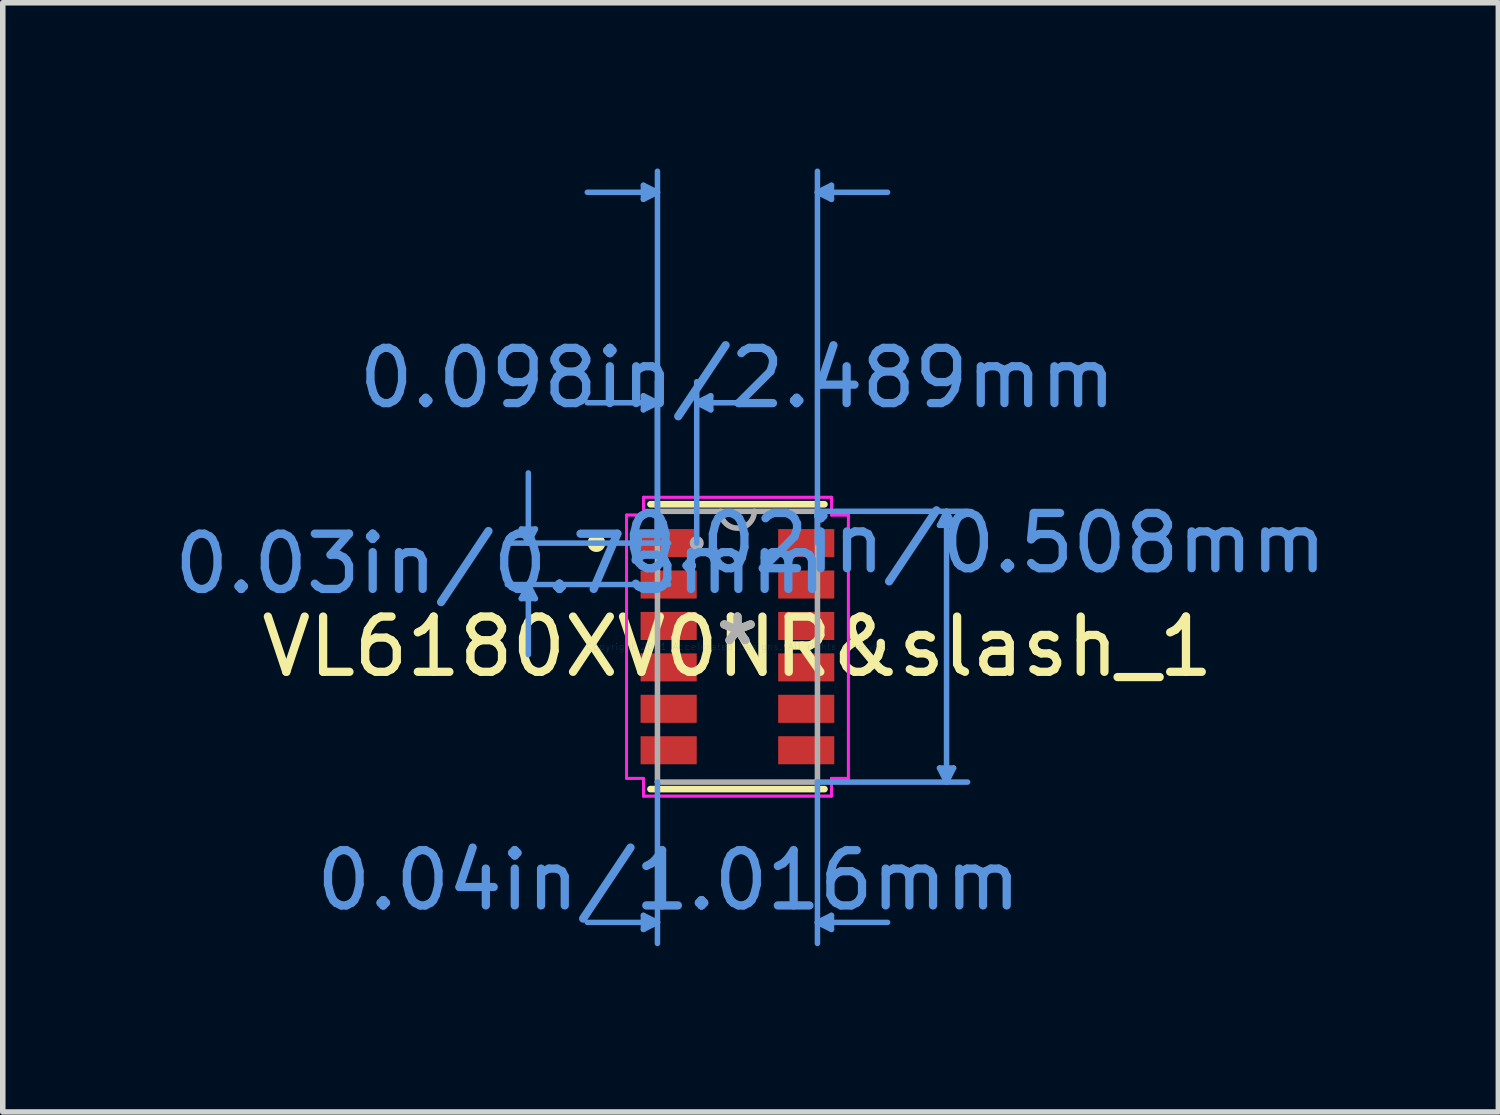
<source format=kicad_pcb>
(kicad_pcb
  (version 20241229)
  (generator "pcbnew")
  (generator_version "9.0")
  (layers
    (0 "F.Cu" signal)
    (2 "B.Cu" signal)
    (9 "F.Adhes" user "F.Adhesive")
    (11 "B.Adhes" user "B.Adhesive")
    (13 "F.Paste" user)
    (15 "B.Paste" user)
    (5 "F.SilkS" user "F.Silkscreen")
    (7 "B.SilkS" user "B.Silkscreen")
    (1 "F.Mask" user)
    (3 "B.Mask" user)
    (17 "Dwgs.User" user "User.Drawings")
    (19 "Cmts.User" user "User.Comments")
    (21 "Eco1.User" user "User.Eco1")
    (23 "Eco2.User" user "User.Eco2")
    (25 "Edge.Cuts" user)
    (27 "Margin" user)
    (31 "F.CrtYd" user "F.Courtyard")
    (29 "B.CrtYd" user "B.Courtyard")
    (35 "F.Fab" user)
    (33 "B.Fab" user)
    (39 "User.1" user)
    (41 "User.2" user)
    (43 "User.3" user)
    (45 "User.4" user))
  (footprint "VL6180XV0NR&slash_1"
    (layer "F.Cu")
    (at 10.299 8.656)
    (property "Reference" "VL6180XV0NR&slash_1" (at 0 0 0) (layer "F.SilkS") (effects (font (size 1 1) (thickness 0.15))))
    (attr through_hole)
    (fp_line (start -1.575 2.578) (end 1.575 2.578) (stroke (width 0.12) (type solid)) (layer "F.SilkS"))
    (fp_line (start 1.575 -2.578) (end -1.575 -2.578) (stroke (width 0.12) (type solid)) (layer "F.SilkS"))
    (fp_circle (center -2.553 -1.875) (end -2.452 -1.875) (stroke (width 0.12) (type solid)) (fill no) (layer "F.SilkS"))
    (fp_line (start -3.912 -2.129) (end -3.658 -2.129) (stroke (width 0.1) (type solid)) (layer "Cmts.User"))
    (fp_line (start -3.912 -0.871) (end -3.658 -0.871) (stroke (width 0.1) (type solid)) (layer "Cmts.User"))
    (fp_line (start -3.785 -1.875) (end -3.912 -2.129) (stroke (width 0.1) (type solid)) (layer "Cmts.User"))
    (fp_line (start -3.785 -1.875) (end -3.785 -3.145) (stroke (width 0.1) (type solid)) (layer "Cmts.User"))
    (fp_line (start -3.785 -1.875) (end -3.658 -2.129) (stroke (width 0.1) (type solid)) (layer "Cmts.User"))
    (fp_line (start -3.785 -1.125) (end -3.912 -0.871) (stroke (width 0.1) (type solid)) (layer "Cmts.User"))
    (fp_line (start -3.785 -1.125) (end -3.785 0.145) (stroke (width 0.1) (type solid)) (layer "Cmts.User"))
    (fp_line (start -3.785 -1.125) (end -3.658 -0.871) (stroke (width 0.1) (type solid)) (layer "Cmts.User"))
    (fp_line (start -1.702 -8.352) (end -1.702 -8.098) (stroke (width 0.1) (type solid)) (layer "Cmts.User"))
    (fp_line (start -1.702 -4.542) (end -1.702 -4.288) (stroke (width 0.1) (type solid)) (layer "Cmts.User"))
    (fp_line (start -1.702 4.864) (end -1.702 5.118) (stroke (width 0.1) (type solid)) (layer "Cmts.User"))
    (fp_line (start -1.448 -8.225) (end -2.718 -8.225) (stroke (width 0.1) (type solid)) (layer "Cmts.User"))
    (fp_line (start -1.448 -8.225) (end -1.702 -8.352) (stroke (width 0.1) (type solid)) (layer "Cmts.User"))
    (fp_line (start -1.448 -8.225) (end -1.702 -8.098) (stroke (width 0.1) (type solid)) (layer "Cmts.User"))
    (fp_line (start -1.448 -4.415) (end -2.718 -4.415) (stroke (width 0.1) (type solid)) (layer "Cmts.User"))
    (fp_line (start -1.448 -4.415) (end -1.702 -4.542) (stroke (width 0.1) (type solid)) (layer "Cmts.User"))
    (fp_line (start -1.448 -4.415) (end -1.702 -4.288) (stroke (width 0.1) (type solid)) (layer "Cmts.User"))
    (fp_line (start -1.448 -1.875) (end -1.448 -8.606) (stroke (width 0.1) (type solid)) (layer "Cmts.User"))
    (fp_line (start -1.448 -1.875) (end -1.448 -4.796) (stroke (width 0.1) (type solid)) (layer "Cmts.User"))
    (fp_line (start -1.448 2.451) (end -1.448 5.372) (stroke (width 0.1) (type solid)) (layer "Cmts.User"))
    (fp_line (start -1.448 4.991) (end -2.718 4.991) (stroke (width 0.1) (type solid)) (layer "Cmts.User"))
    (fp_line (start -1.448 4.991) (end -1.702 4.864) (stroke (width 0.1) (type solid)) (layer "Cmts.User"))
    (fp_line (start -1.448 4.991) (end -1.702 5.118) (stroke (width 0.1) (type solid)) (layer "Cmts.User"))
    (fp_line (start -1.245 -1.875) (end -4.166 -1.875) (stroke (width 0.1) (type solid)) (layer "Cmts.User"))
    (fp_line (start -1.245 -1.125) (end -4.166 -1.125) (stroke (width 0.1) (type solid)) (layer "Cmts.User"))
    (fp_line (start -0.737 -4.415) (end -0.483 -4.542) (stroke (width 0.1) (type solid)) (layer "Cmts.User"))
    (fp_line (start -0.737 -4.415) (end -0.483 -4.288) (stroke (width 0.1) (type solid)) (layer "Cmts.User"))
    (fp_line (start -0.737 -4.415) (end 0.533 -4.415) (stroke (width 0.1) (type solid)) (layer "Cmts.User"))
    (fp_line (start -0.737 -1.875) (end -0.737 -4.796) (stroke (width 0.1) (type solid)) (layer "Cmts.User"))
    (fp_line (start -0.483 -4.542) (end -0.483 -4.288) (stroke (width 0.1) (type solid)) (layer "Cmts.User"))
    (fp_line (start 1.448 -8.225) (end 1.702 -8.352) (stroke (width 0.1) (type solid)) (layer "Cmts.User"))
    (fp_line (start 1.448 -8.225) (end 1.702 -8.098) (stroke (width 0.1) (type solid)) (layer "Cmts.User"))
    (fp_line (start 1.448 -8.225) (end 2.718 -8.225) (stroke (width 0.1) (type solid)) (layer "Cmts.User"))
    (fp_line (start 1.448 -2.451) (end 4.166 -2.451) (stroke (width 0.1) (type solid)) (layer "Cmts.User"))
    (fp_line (start 1.448 -1.875) (end 1.448 -8.606) (stroke (width 0.1) (type solid)) (layer "Cmts.User"))
    (fp_line (start 1.448 2.451) (end 1.448 5.372) (stroke (width 0.1) (type solid)) (layer "Cmts.User"))
    (fp_line (start 1.448 2.451) (end 4.166 2.451) (stroke (width 0.1) (type solid)) (layer "Cmts.User"))
    (fp_line (start 1.448 4.991) (end 1.702 4.864) (stroke (width 0.1) (type solid)) (layer "Cmts.User"))
    (fp_line (start 1.448 4.991) (end 1.702 5.118) (stroke (width 0.1) (type solid)) (layer "Cmts.User"))
    (fp_line (start 1.448 4.991) (end 2.718 4.991) (stroke (width 0.1) (type solid)) (layer "Cmts.User"))
    (fp_line (start 1.702 -8.352) (end 1.702 -8.098) (stroke (width 0.1) (type solid)) (layer "Cmts.User"))
    (fp_line (start 1.702 4.864) (end 1.702 5.118) (stroke (width 0.1) (type solid)) (layer "Cmts.User"))
    (fp_line (start 3.658 -2.197) (end 3.912 -2.197) (stroke (width 0.1) (type solid)) (layer "Cmts.User"))
    (fp_line (start 3.658 2.197) (end 3.912 2.197) (stroke (width 0.1) (type solid)) (layer "Cmts.User"))
    (fp_line (start 3.785 -2.451) (end 3.658 -2.197) (stroke (width 0.1) (type solid)) (layer "Cmts.User"))
    (fp_line (start 3.785 -2.451) (end 3.785 2.451) (stroke (width 0.1) (type solid)) (layer "Cmts.User"))
    (fp_line (start 3.785 -2.451) (end 3.912 -2.197) (stroke (width 0.1) (type solid)) (layer "Cmts.User"))
    (fp_line (start 3.785 2.451) (end 3.658 2.197) (stroke (width 0.1) (type solid)) (layer "Cmts.User"))
    (fp_line (start 3.785 2.451) (end 3.912 2.197) (stroke (width 0.1) (type solid)) (layer "Cmts.User"))
    (fp_line (start -2.007 -2.383) (end -1.702 -2.383) (stroke (width 0.05) (type solid)) (layer "F.CrtYd"))
    (fp_line (start -2.007 -2.383) (end -1.702 -2.383) (stroke (width 0.05) (type solid)) (layer "F.CrtYd"))
    (fp_line (start -2.007 2.383) (end -2.007 -2.383) (stroke (width 0.05) (type solid)) (layer "F.CrtYd"))
    (fp_line (start -2.007 2.383) (end -2.007 -2.383) (stroke (width 0.05) (type solid)) (layer "F.CrtYd"))
    (fp_line (start -2.007 2.383) (end -1.702 2.383) (stroke (width 0.05) (type solid)) (layer "F.CrtYd"))
    (fp_line (start -1.702 -2.705) (end 1.702 -2.705) (stroke (width 0.05) (type solid)) (layer "F.CrtYd"))
    (fp_line (start -1.702 -2.705) (end 1.702 -2.705) (stroke (width 0.05) (type solid)) (layer "F.CrtYd"))
    (fp_line (start -1.702 -2.383) (end -1.702 -2.705) (stroke (width 0.05) (type solid)) (layer "F.CrtYd"))
    (fp_line (start -1.702 -2.383) (end -1.702 -2.705) (stroke (width 0.05) (type solid)) (layer "F.CrtYd"))
    (fp_line (start -1.702 2.383) (end -2.007 2.383) (stroke (width 0.05) (type solid)) (layer "F.CrtYd"))
    (fp_line (start -1.702 2.705) (end -1.702 2.383) (stroke (width 0.05) (type solid)) (layer "F.CrtYd"))
    (fp_line (start -1.702 2.705) (end -1.702 2.383) (stroke (width 0.05) (type solid)) (layer "F.CrtYd"))
    (fp_line (start 1.702 -2.705) (end 1.702 -2.383) (stroke (width 0.05) (type solid)) (layer "F.CrtYd"))
    (fp_line (start 1.702 -2.705) (end 1.702 -2.383) (stroke (width 0.05) (type solid)) (layer "F.CrtYd"))
    (fp_line (start 1.702 -2.383) (end 2.007 -2.383) (stroke (width 0.05) (type solid)) (layer "F.CrtYd"))
    (fp_line (start 1.702 2.383) (end 1.702 2.705) (stroke (width 0.05) (type solid)) (layer "F.CrtYd"))
    (fp_line (start 1.702 2.383) (end 1.702 2.705) (stroke (width 0.05) (type solid)) (layer "F.CrtYd"))
    (fp_line (start 1.702 2.705) (end -1.702 2.705) (stroke (width 0.05) (type solid)) (layer "F.CrtYd"))
    (fp_line (start 1.702 2.705) (end -1.702 2.705) (stroke (width 0.05) (type solid)) (layer "F.CrtYd"))
    (fp_line (start 2.007 -2.383) (end 1.702 -2.383) (stroke (width 0.05) (type solid)) (layer "F.CrtYd"))
    (fp_line (start 2.007 -2.383) (end 2.007 2.383) (stroke (width 0.05) (type solid)) (layer "F.CrtYd"))
    (fp_line (start 2.007 -2.383) (end 2.007 2.383) (stroke (width 0.05) (type solid)) (layer "F.CrtYd"))
    (fp_line (start 2.007 2.383) (end 1.702 2.383) (stroke (width 0.05) (type solid)) (layer "F.CrtYd"))
    (fp_line (start 2.007 2.383) (end 1.702 2.383) (stroke (width 0.05) (type solid)) (layer "F.CrtYd"))
    (fp_line (start -1.448 -2.451) (end -1.448 2.451) (stroke (width 0.1) (type solid)) (layer "F.Fab"))
    (fp_line (start -1.448 2.451) (end 1.448 2.451) (stroke (width 0.1) (type solid)) (layer "F.Fab"))
    (fp_line (start 1.448 -2.451) (end -1.448 -2.451) (stroke (width 0.1) (type solid)) (layer "F.Fab"))
    (fp_line (start 1.448 2.451) (end 1.448 -2.451) (stroke (width 0.1) (type solid)) (layer "F.Fab"))
    (fp_arc (start 0.3048 -2.4511) (mid 0 -2.1463) (end -0.3048 -2.4511) (stroke (width 0.1) (type solid)) (layer "F.Fab"))
    (fp_circle (center -0.737 -1.875) (end -0.66 -1.875) (stroke (width 0.1) (type solid)) (fill no) (layer "F.Fab"))
    (fp_text user "*" (at 0 0 0) (layer "F.SilkS") (effects (font (size 1 1) (thickness 0.15))))
    (fp_text user "0.04in/1.016mm" (at -1.245 4.229 0) (layer "Cmts.User") (effects (font (size 1 1) (thickness 0.15))))
    (fp_text user "0.098in/2.489mm" (at 0 -4.864 0) (layer "Cmts.User") (effects (font (size 1 1) (thickness 0.15))))
    (fp_text user "0.03in/0.75mm" (at -4.293 -1.5 0) (layer "Cmts.User") (effects (font (size 1 1) (thickness 0.15))))
    (fp_text user "0.02in/0.508mm" (at 4.293 -1.875 0) (layer "Cmts.User") (effects (font (size 1 1) (thickness 0.15))))
    (fp_text user "Copyright 2021 Accelerated Designs. All rights reserved." (at 0 0 0) (layer "Cmts.User") (effects (font (size 0.127 0.127) (thickness 0.002))))
    (fp_text user "*" (at 0 0 0) (layer "F.Fab") (effects (font (size 1 1) (thickness 0.15))))
    (pad "1" smd rect (at -1.245 -1.875) (size 1.016 0.508) (layers "F.Cu" "F.Mask" "F.Paste"))
    (pad "2" smd rect (at -1.245 -1.125) (size 1.016 0.508) (layers "F.Cu" "F.Mask" "F.Paste"))
    (pad "3" smd rect (at -1.245 -0.375) (size 1.016 0.508) (layers "F.Cu" "F.Mask" "F.Paste"))
    (pad "4" smd rect (at -1.245 0.375) (size 1.016 0.508) (layers "F.Cu" "F.Mask" "F.Paste"))
    (pad "5" smd rect (at -1.245 1.125) (size 1.016 0.508) (layers "F.Cu" "F.Mask" "F.Paste"))
    (pad "6" smd rect (at -1.245 1.875) (size 1.016 0.508) (layers "F.Cu" "F.Mask" "F.Paste"))
    (pad "7" smd rect (at 1.245 1.875) (size 1.016 0.508) (layers "F.Cu" "F.Mask" "F.Paste"))
    (pad "8" smd rect (at 1.245 1.125) (size 1.016 0.508) (layers "F.Cu" "F.Mask" "F.Paste"))
    (pad "9" smd rect (at 1.245 0.375) (size 1.016 0.508) (layers "F.Cu" "F.Mask" "F.Paste"))
    (pad "10" smd rect (at 1.245 -0.375) (size 1.016 0.508) (layers "F.Cu" "F.Mask" "F.Paste"))
    (pad "11" smd rect (at 1.245 -1.125) (size 1.016 0.508) (layers "F.Cu" "F.Mask" "F.Paste"))
    (pad "12" smd rect (at 1.245 -1.875) (size 1.016 0.508) (layers "F.Cu" "F.Mask" "F.Paste")))
  (gr_rect
    (start -3 -3)
    (end 24.073 17.078)
    (stroke (width 0.1) (type default))
    (fill no)
    (layer "Edge.Cuts")))
</source>
